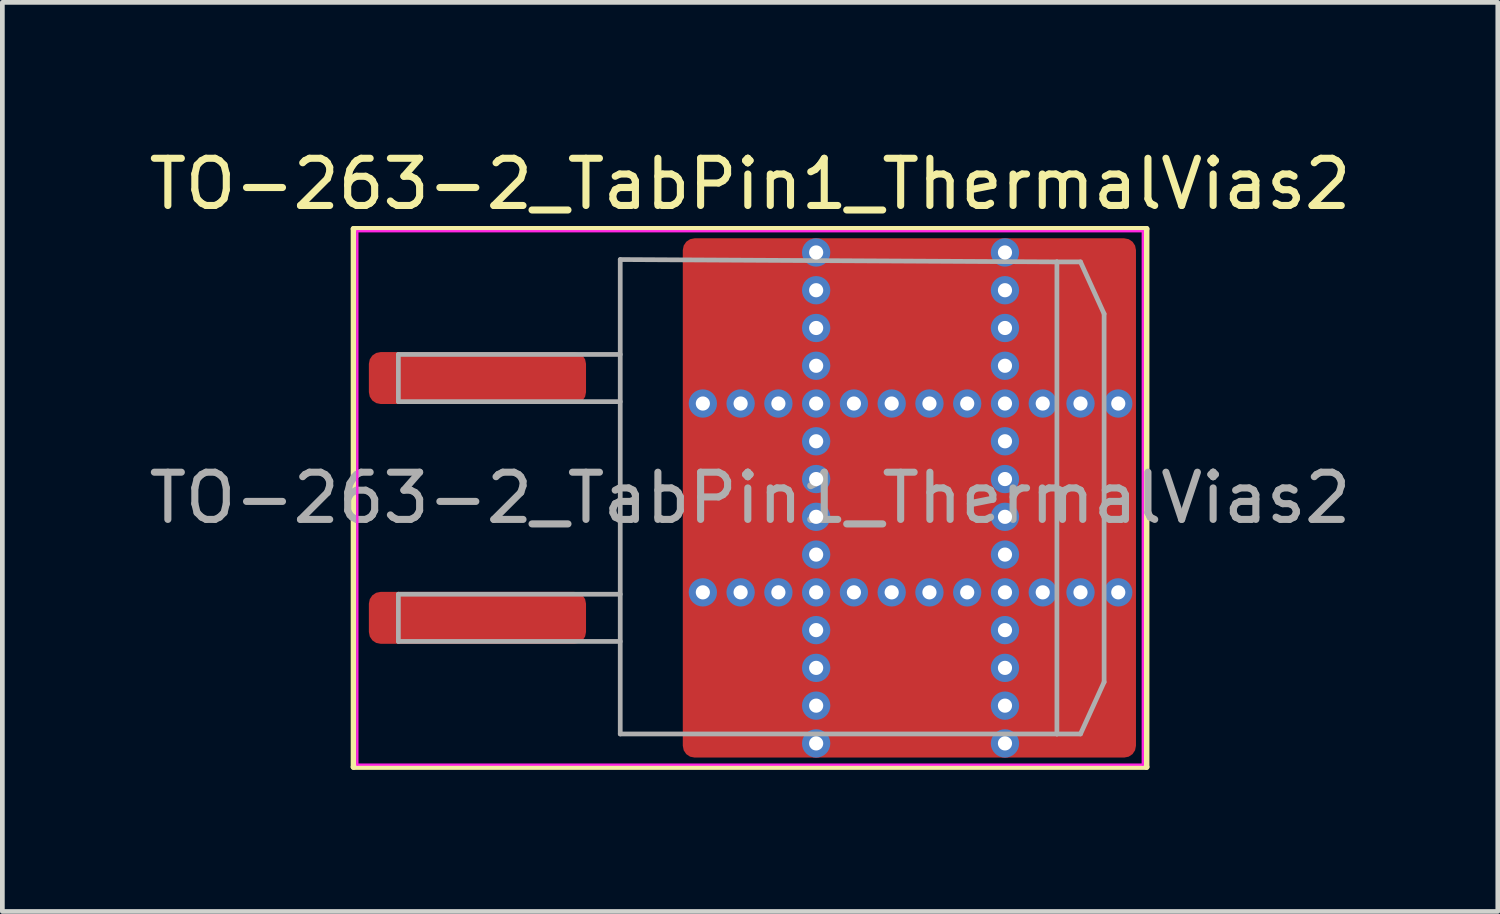
<source format=kicad_pcb>
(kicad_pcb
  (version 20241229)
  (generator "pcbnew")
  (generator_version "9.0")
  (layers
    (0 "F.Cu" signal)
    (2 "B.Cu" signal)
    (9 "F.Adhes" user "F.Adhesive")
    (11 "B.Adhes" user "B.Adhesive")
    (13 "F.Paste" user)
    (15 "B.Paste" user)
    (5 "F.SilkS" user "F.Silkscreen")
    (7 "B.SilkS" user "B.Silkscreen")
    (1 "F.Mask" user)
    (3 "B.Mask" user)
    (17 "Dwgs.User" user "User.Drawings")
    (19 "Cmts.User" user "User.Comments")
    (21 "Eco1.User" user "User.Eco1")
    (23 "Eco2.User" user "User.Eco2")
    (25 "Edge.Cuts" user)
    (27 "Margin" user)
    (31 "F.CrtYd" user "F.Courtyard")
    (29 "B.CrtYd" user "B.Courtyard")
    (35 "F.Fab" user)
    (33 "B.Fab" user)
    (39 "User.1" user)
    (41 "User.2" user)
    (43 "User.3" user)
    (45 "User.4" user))
  (footprint "TO-263-2_TabPin1_ThermalVias2"
    (layer "F.Cu")
    (at 12.839 7.498)
    (property "Reference" "TO-263-2_TabPin1_ThermalVias2" (at 0 -6.65 0) (layer "F.SilkS") (effects (font (size 1 1) (thickness 0.15))))
    (attr smd)
    (fp_line (start -8.4 -5.7) (end -8.4 5.7) (stroke (width 0.12) (type solid)) (layer "F.SilkS"))
    (fp_line (start -8.4 5.7) (end 8.4 5.7) (stroke (width 0.12) (type solid)) (layer "F.SilkS"))
    (fp_line (start 8.4 -5.7) (end -8.4 -5.7) (stroke (width 0.12) (type solid)) (layer "F.SilkS"))
    (fp_line (start 8.4 5.7) (end 8.4 -5.7) (stroke (width 0.12) (type solid)) (layer "F.SilkS"))
    (fp_line (start -8.32 -5.65) (end -8.32 5.65) (stroke (width 0.05) (type solid)) (layer "F.CrtYd"))
    (fp_line (start -8.32 5.65) (end 8.32 5.65) (stroke (width 0.05) (type solid)) (layer "F.CrtYd"))
    (fp_line (start 8.32 -5.65) (end -8.32 -5.65) (stroke (width 0.05) (type solid)) (layer "F.CrtYd"))
    (fp_line (start 8.32 5.65) (end 8.32 -5.65) (stroke (width 0.05) (type solid)) (layer "F.CrtYd"))
    (fp_line (start -7.45 -3.04) (end -7.45 -2.04) (stroke (width 0.1) (type solid)) (layer "F.Fab"))
    (fp_line (start -7.45 -2.04) (end -2.75 -2.04) (stroke (width 0.1) (type solid)) (layer "F.Fab"))
    (fp_line (start -7.45 2.04) (end -7.45 3.04) (stroke (width 0.1) (type solid)) (layer "F.Fab"))
    (fp_line (start -7.45 3.04) (end -2.75 3.04) (stroke (width 0.1) (type solid)) (layer "F.Fab"))
    (fp_line (start -2.75 -5.05) (end 6.5 -5) (stroke (width 0.1) (type solid)) (layer "F.Fab"))
    (fp_line (start -2.75 -3.04) (end -7.45 -3.04) (stroke (width 0.1) (type solid)) (layer "F.Fab"))
    (fp_line (start -2.75 2.04) (end -7.45 2.04) (stroke (width 0.1) (type solid)) (layer "F.Fab"))
    (fp_line (start -2.75 5) (end -2.75 -5.05) (stroke (width 0.1) (type solid)) (layer "F.Fab"))
    (fp_line (start 6.5 -5) (end 6.5 5) (stroke (width 0.1) (type solid)) (layer "F.Fab"))
    (fp_line (start 6.5 -5) (end 7 -5) (stroke (width 0.1) (type solid)) (layer "F.Fab"))
    (fp_line (start 6.5 5) (end -2.75 5) (stroke (width 0.1) (type solid)) (layer "F.Fab"))
    (fp_line (start 6.5 5) (end 7 5) (stroke (width 0.1) (type solid)) (layer "F.Fab"))
    (fp_line (start 7 -5) (end 7.5 -3.9) (stroke (width 0.1) (type solid)) (layer "F.Fab"))
    (fp_line (start 7 5) (end 7.5 3.9) (stroke (width 0.1) (type solid)) (layer "F.Fab"))
    (fp_line (start 7.5 -3.9) (end 7.5 3.9) (stroke (width 0.1) (type solid)) (layer "F.Fab"))
    (fp_text user "${REFERENCE}" (at 0 0 0) (layer "F.Fab") (effects (font (size 1 1) (thickness 0.15))))
    (pad "" smd roundrect (at -0.675 -4.6 90) (size 1.2 0.95) (layers "F.Paste") (roundrect_rratio 0.25))
    (pad "" smd roundrect (at -0.675 -3.1 90) (size 1.2 0.95) (layers "F.Paste") (roundrect_rratio 0.25))
    (pad "" smd roundrect (at -0.675 -0.85 90) (size 1.3 0.95) (layers "F.Paste") (roundrect_rratio 0.25))
    (pad "" smd roundrect (at -0.675 0.85 90) (size 1.3 0.95) (layers "F.Paste") (roundrect_rratio 0.25))
    (pad "" smd roundrect (at -0.675 3.1 90) (size 1.2 0.95) (layers "F.Paste") (roundrect_rratio 0.25))
    (pad "" smd roundrect (at -0.675 4.6 90) (size 1.2 0.95) (layers "F.Paste") (roundrect_rratio 0.25))
    (pad "" smd roundrect (at -0.113 -3.85 90) (size 3.1 2.425) (layers "F.Mask") (roundrect_rratio 0.103))
    (pad "" smd roundrect (at -0.113 0 90) (size 3.4 2.425) (layers "F.Mask") (roundrect_rratio 0.103))
    (pad "" smd roundrect (at -0.113 3.85 90) (size 3.1 2.425) (layers "F.Mask") (roundrect_rratio 0.103))
    (pad "" smd roundrect (at 0.475 -4.6 90) (size 1.2 0.95) (layers "F.Paste") (roundrect_rratio 0.25))
    (pad "" smd roundrect (at 0.475 -3.1 90) (size 1.2 0.95) (layers "F.Paste") (roundrect_rratio 0.25))
    (pad "" smd roundrect (at 0.475 -0.85 90) (size 1.3 0.95) (layers "F.Paste") (roundrect_rratio 0.25))
    (pad "" smd roundrect (at 0.475 0.85 90) (size 1.3 0.95) (layers "F.Paste") (roundrect_rratio 0.25))
    (pad "" smd roundrect (at 0.475 3.1 90) (size 1.2 0.95) (layers "F.Paste") (roundrect_rratio 0.25))
    (pad "" smd roundrect (at 0.475 4.6 90) (size 1.2 0.95) (layers "F.Paste") (roundrect_rratio 0.25))
    (pad "" smd roundrect (at 2.55 -4.6 90) (size 1.2 1.3) (layers "F.Paste") (roundrect_rratio 0.208))
    (pad "" smd roundrect (at 2.55 -3.1 90) (size 1.2 1.3) (layers "F.Paste") (roundrect_rratio 0.208))
    (pad "" smd roundrect (at 2.55 -0.85 90) (size 1.3 1.3) (layers "F.Paste") (roundrect_rratio 0.192))
    (pad "" smd roundrect (at 2.55 0.85 90) (size 1.3 1.3) (layers "F.Paste") (roundrect_rratio 0.192))
    (pad "" smd roundrect (at 2.55 3.1 90) (size 1.2 1.3) (layers "F.Paste") (roundrect_rratio 0.208))
    (pad "" smd roundrect (at 2.55 4.6 90) (size 1.2 1.3) (layers "F.Paste") (roundrect_rratio 0.208))
    (pad "" smd roundrect (at 3.4 -3.85 90) (size 3.1 3.4) (layers "F.Mask") (roundrect_rratio 0.081))
    (pad "" smd roundrect (at 3.4 0 90) (size 3.4 3.4) (layers "F.Mask") (roundrect_rratio 0.074))
    (pad "" smd roundrect (at 3.4 3.85 90) (size 3.1 3.4) (layers "F.Mask") (roundrect_rratio 0.081))
    (pad "" smd roundrect (at 4.25 -4.6 90) (size 1.2 1.3) (layers "F.Paste") (roundrect_rratio 0.208))
    (pad "" smd roundrect (at 4.25 -3.1 90) (size 1.2 1.3) (layers "F.Paste") (roundrect_rratio 0.208))
    (pad "" smd roundrect (at 4.25 -0.85 90) (size 1.3 1.3) (layers "F.Paste") (roundrect_rratio 0.192))
    (pad "" smd roundrect (at 4.25 0.85 90) (size 1.3 1.3) (layers "F.Paste") (roundrect_rratio 0.192))
    (pad "" smd roundrect (at 4.25 3.1 90) (size 1.2 1.3) (layers "F.Paste") (roundrect_rratio 0.208))
    (pad "" smd roundrect (at 4.25 4.6 90) (size 1.2 1.3) (layers "F.Paste") (roundrect_rratio 0.208))
    (pad "" smd roundrect (at 6.325 -4.6 90) (size 1.2 0.95) (layers "F.Paste") (roundrect_rratio 0.25))
    (pad "" smd roundrect (at 6.325 -3.1 90) (size 1.2 0.95) (layers "F.Paste") (roundrect_rratio 0.25))
    (pad "" smd roundrect (at 6.325 -0.85 90) (size 1.3 0.95) (layers "F.Paste") (roundrect_rratio 0.25))
    (pad "" smd roundrect (at 6.325 0.85 90) (size 1.3 0.95) (layers "F.Paste") (roundrect_rratio 0.25))
    (pad "" smd roundrect (at 6.325 3.1 90) (size 1.2 0.95) (layers "F.Paste") (roundrect_rratio 0.25))
    (pad "" smd roundrect (at 6.325 4.6 90) (size 1.2 0.95) (layers "F.Paste") (roundrect_rratio 0.25))
    (pad "" smd roundrect (at 6.888 -3.85 90) (size 3.1 2.375) (layers "F.Mask") (roundrect_rratio 0.105))
    (pad "" smd roundrect (at 6.888 0 90) (size 3.4 2.375) (layers "F.Mask") (roundrect_rratio 0.105))
    (pad "" smd roundrect (at 6.888 3.85 90) (size 3.1 2.375) (layers "F.Mask") (roundrect_rratio 0.105))
    (pad "" smd roundrect (at 7.475 -4.6 90) (size 1.2 0.95) (layers "F.Paste") (roundrect_rratio 0.25))
    (pad "" smd roundrect (at 7.475 -3.1 90) (size 1.2 0.95) (layers "F.Paste") (roundrect_rratio 0.25))
    (pad "" smd roundrect (at 7.475 -0.85 90) (size 1.3 0.95) (layers "F.Paste") (roundrect_rratio 0.25))
    (pad "" smd roundrect (at 7.475 0.85 90) (size 1.3 0.95) (layers "F.Paste") (roundrect_rratio 0.25))
    (pad "" smd roundrect (at 7.475 3.1 90) (size 1.2 0.95) (layers "F.Paste") (roundrect_rratio 0.25))
    (pad "" smd roundrect (at 7.475 4.6 90) (size 1.2 0.95) (layers "F.Paste") (roundrect_rratio 0.25))
    (pad "1" smd roundrect (at -5.775 -2.54) (size 4.6 1.1) (layers "F.Cu" "F.Mask" "F.Paste") (roundrect_rratio 0.227))
    (pad "1" thru_hole circle (at -1 -2) (size 0.6 0.6) (drill 0.3) (property pad_prop_heatsink) (layers "*.Cu" "*.Mask"))
    (pad "1" thru_hole circle (at -1 2) (size 0.6 0.6) (drill 0.3) (property pad_prop_heatsink) (layers "*.Cu" "*.Mask"))
    (pad "1" thru_hole circle (at -0.2 -2) (size 0.6 0.6) (drill 0.3) (property pad_prop_heatsink) (layers "*.Cu" "*.Mask"))
    (pad "1" thru_hole circle (at -0.2 2) (size 0.6 0.6) (drill 0.3) (property pad_prop_heatsink) (layers "*.Cu" "*.Mask"))
    (pad "1" thru_hole circle (at 0.6 -2) (size 0.6 0.6) (drill 0.3) (property pad_prop_heatsink) (layers "*.Cu" "*.Mask"))
    (pad "1" thru_hole circle (at 0.6 2) (size 0.6 0.6) (drill 0.3) (property pad_prop_heatsink) (layers "*.Cu" "*.Mask"))
    (pad "1" thru_hole circle (at 1.4 -5.2) (size 0.6 0.6) (drill 0.3) (property pad_prop_heatsink) (layers "*.Cu" "*.Mask"))
    (pad "1" thru_hole circle (at 1.4 -4.4) (size 0.6 0.6) (drill 0.3) (property pad_prop_heatsink) (layers "*.Cu" "*.Mask"))
    (pad "1" thru_hole circle (at 1.4 -3.6) (size 0.6 0.6) (drill 0.3) (property pad_prop_heatsink) (layers "*.Cu" "*.Mask"))
    (pad "1" thru_hole circle (at 1.4 -2.8) (size 0.6 0.6) (drill 0.3) (property pad_prop_heatsink) (layers "*.Cu" "*.Mask"))
    (pad "1" thru_hole circle (at 1.4 -2) (size 0.6 0.6) (drill 0.3) (property pad_prop_heatsink) (layers "*.Cu" "*.Mask"))
    (pad "1" thru_hole circle (at 1.4 -1.2) (size 0.6 0.6) (drill 0.3) (property pad_prop_heatsink) (layers "*.Cu" "*.Mask"))
    (pad "1" thru_hole circle (at 1.4 -0.4) (size 0.6 0.6) (drill 0.3) (property pad_prop_heatsink) (layers "*.Cu" "*.Mask"))
    (pad "1" thru_hole circle (at 1.4 0.4) (size 0.6 0.6) (drill 0.3) (property pad_prop_heatsink) (layers "*.Cu" "*.Mask"))
    (pad "1" thru_hole circle (at 1.4 1.2) (size 0.6 0.6) (drill 0.3) (property pad_prop_heatsink) (layers "*.Cu" "*.Mask"))
    (pad "1" thru_hole circle (at 1.4 2) (size 0.6 0.6) (drill 0.3) (property pad_prop_heatsink) (layers "*.Cu" "*.Mask"))
    (pad "1" thru_hole circle (at 1.4 2.8) (size 0.6 0.6) (drill 0.3) (property pad_prop_heatsink) (layers "*.Cu" "*.Mask"))
    (pad "1" thru_hole circle (at 1.4 3.6) (size 0.6 0.6) (drill 0.3) (property pad_prop_heatsink) (layers "*.Cu" "*.Mask"))
    (pad "1" thru_hole circle (at 1.4 4.4) (size 0.6 0.6) (drill 0.3) (property pad_prop_heatsink) (layers "*.Cu" "*.Mask"))
    (pad "1" thru_hole circle (at 1.4 5.2) (size 0.6 0.6) (drill 0.3) (property pad_prop_heatsink) (layers "*.Cu" "*.Mask"))
    (pad "1" thru_hole circle (at 2.2 -2) (size 0.6 0.6) (drill 0.3) (property pad_prop_heatsink) (layers "*.Cu" "*.Mask"))
    (pad "1" thru_hole circle (at 2.2 2) (size 0.6 0.6) (drill 0.3) (property pad_prop_heatsink) (layers "*.Cu" "*.Mask"))
    (pad "1" thru_hole circle (at 3 -2) (size 0.6 0.6) (drill 0.3) (property pad_prop_heatsink) (layers "*.Cu" "*.Mask"))
    (pad "1" thru_hole circle (at 3 2) (size 0.6 0.6) (drill 0.3) (property pad_prop_heatsink) (layers "*.Cu" "*.Mask"))
    (pad "1" smd roundrect (at 3.375 0) (size 9.6 11) (layers "F.Cu") (roundrect_rratio 0.026))
    (pad "1" thru_hole circle (at 3.8 -2) (size 0.6 0.6) (drill 0.3) (property pad_prop_heatsink) (layers "*.Cu" "*.Mask"))
    (pad "1" thru_hole circle (at 3.8 2) (size 0.6 0.6) (drill 0.3) (property pad_prop_heatsink) (layers "*.Cu" "*.Mask"))
    (pad "1" thru_hole circle (at 4.6 -2) (size 0.6 0.6) (drill 0.3) (property pad_prop_heatsink) (layers "*.Cu" "*.Mask"))
    (pad "1" thru_hole circle (at 4.6 2) (size 0.6 0.6) (drill 0.3) (property pad_prop_heatsink) (layers "*.Cu" "*.Mask"))
    (pad "1" thru_hole circle (at 5.4 -5.2) (size 0.6 0.6) (drill 0.3) (property pad_prop_heatsink) (layers "*.Cu" "*.Mask"))
    (pad "1" thru_hole circle (at 5.4 -4.4) (size 0.6 0.6) (drill 0.3) (property pad_prop_heatsink) (layers "*.Cu" "*.Mask"))
    (pad "1" thru_hole circle (at 5.4 -3.6) (size 0.6 0.6) (drill 0.3) (property pad_prop_heatsink) (layers "*.Cu" "*.Mask"))
    (pad "1" thru_hole circle (at 5.4 -2.8) (size 0.6 0.6) (drill 0.3) (property pad_prop_heatsink) (layers "*.Cu" "*.Mask"))
    (pad "1" thru_hole circle (at 5.4 -2) (size 0.6 0.6) (drill 0.3) (property pad_prop_heatsink) (layers "*.Cu" "*.Mask"))
    (pad "1" thru_hole circle (at 5.4 -1.2) (size 0.6 0.6) (drill 0.3) (property pad_prop_heatsink) (layers "*.Cu" "*.Mask"))
    (pad "1" thru_hole circle (at 5.4 -0.4) (size 0.6 0.6) (drill 0.3) (property pad_prop_heatsink) (layers "*.Cu" "*.Mask"))
    (pad "1" thru_hole circle (at 5.4 0.4) (size 0.6 0.6) (drill 0.3) (property pad_prop_heatsink) (layers "*.Cu" "*.Mask"))
    (pad "1" thru_hole circle (at 5.4 1.2) (size 0.6 0.6) (drill 0.3) (property pad_prop_heatsink) (layers "*.Cu" "*.Mask"))
    (pad "1" thru_hole circle (at 5.4 2) (size 0.6 0.6) (drill 0.3) (property pad_prop_heatsink) (layers "*.Cu" "*.Mask"))
    (pad "1" thru_hole circle (at 5.4 2.8) (size 0.6 0.6) (drill 0.3) (property pad_prop_heatsink) (layers "*.Cu" "*.Mask"))
    (pad "1" thru_hole circle (at 5.4 3.6) (size 0.6 0.6) (drill 0.3) (property pad_prop_heatsink) (layers "*.Cu" "*.Mask"))
    (pad "1" thru_hole circle (at 5.4 4.4) (size 0.6 0.6) (drill 0.3) (property pad_prop_heatsink) (layers "*.Cu" "*.Mask"))
    (pad "1" thru_hole circle (at 5.4 5.2) (size 0.6 0.6) (drill 0.3) (property pad_prop_heatsink) (layers "*.Cu" "*.Mask"))
    (pad "1" thru_hole circle (at 6.2 -2) (size 0.6 0.6) (drill 0.3) (property pad_prop_heatsink) (layers "*.Cu" "*.Mask"))
    (pad "1" thru_hole circle (at 6.2 2) (size 0.6 0.6) (drill 0.3) (property pad_prop_heatsink) (layers "*.Cu" "*.Mask"))
    (pad "1" thru_hole circle (at 7 -2) (size 0.6 0.6) (drill 0.3) (property pad_prop_heatsink) (layers "*.Cu" "*.Mask"))
    (pad "1" thru_hole circle (at 7 2) (size 0.6 0.6) (drill 0.3) (property pad_prop_heatsink) (layers "*.Cu" "*.Mask"))
    (pad "1" thru_hole circle (at 7.8 -2) (size 0.6 0.6) (drill 0.3) (property pad_prop_heatsink) (layers "*.Cu" "*.Mask"))
    (pad "1" thru_hole circle (at 7.8 2) (size 0.6 0.6) (drill 0.3) (property pad_prop_heatsink) (layers "*.Cu" "*.Mask"))
    (pad "2" smd roundrect (at -5.775 2.54) (size 4.6 1.1) (layers "F.Cu" "F.Mask" "F.Paste") (roundrect_rratio 0.227)))
  (gr_rect
    (start -3 -3)
    (end 28.679 16.258)
    (stroke (width 0.1) (type default))
    (fill no)
    (layer "Edge.Cuts")))
</source>
